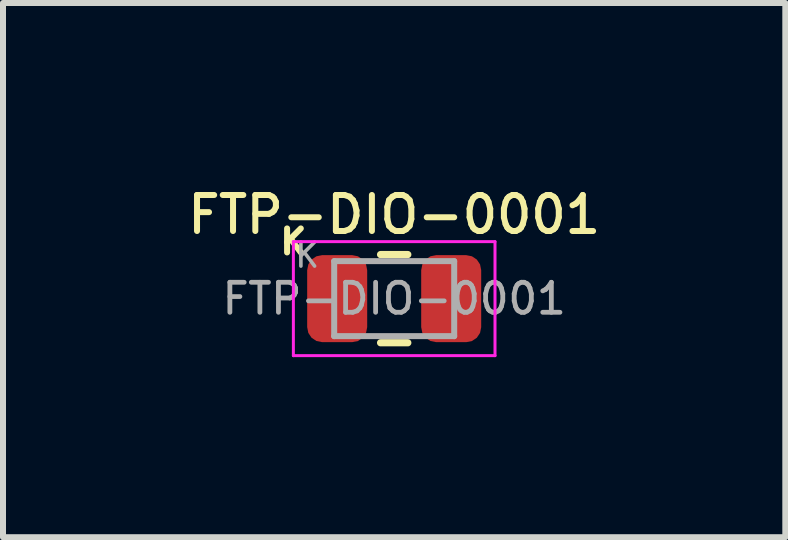
<source format=kicad_pcb>
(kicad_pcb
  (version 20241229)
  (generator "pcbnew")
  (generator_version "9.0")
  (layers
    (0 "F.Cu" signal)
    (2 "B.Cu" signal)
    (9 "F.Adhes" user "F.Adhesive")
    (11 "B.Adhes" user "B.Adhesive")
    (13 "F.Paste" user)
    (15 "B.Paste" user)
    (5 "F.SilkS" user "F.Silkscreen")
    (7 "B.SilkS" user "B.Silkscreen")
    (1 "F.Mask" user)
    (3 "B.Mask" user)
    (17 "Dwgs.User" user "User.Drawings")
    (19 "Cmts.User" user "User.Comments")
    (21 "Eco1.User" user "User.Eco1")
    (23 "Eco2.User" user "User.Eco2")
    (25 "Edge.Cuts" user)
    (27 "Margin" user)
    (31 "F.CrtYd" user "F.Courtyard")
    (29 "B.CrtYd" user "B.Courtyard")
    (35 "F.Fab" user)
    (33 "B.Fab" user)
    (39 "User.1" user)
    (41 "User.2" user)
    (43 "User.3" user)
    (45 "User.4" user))
  (footprint "FTP-DIO-0001"
    (layer "F.Cu")
    (at 3.519 1.927)
    (property "Reference" "FTP-DIO-0001" (at 0 -1.4 0) (layer "F.SilkS") (effects (font (size 0.6 0.6) (thickness 0.1) (bold yes))))
    (attr smd)
    (fp_line (start -0.227 -0.735) (end 0.227 -0.735) (stroke (width 0.12) (type solid)) (layer "F.SilkS"))
    (fp_line (start -0.227 0.735) (end 0.227 0.735) (stroke (width 0.12) (type solid)) (layer "F.SilkS"))
    (fp_line (start -1.68 -0.95) (end 1.68 -0.95) (stroke (width 0.05) (type solid)) (layer "F.CrtYd"))
    (fp_line (start -1.68 0.95) (end -1.68 -0.95) (stroke (width 0.05) (type solid)) (layer "F.CrtYd"))
    (fp_line (start 1.68 -0.95) (end 1.68 0.95) (stroke (width 0.05) (type solid)) (layer "F.CrtYd"))
    (fp_line (start 1.68 0.95) (end -1.68 0.95) (stroke (width 0.05) (type solid)) (layer "F.CrtYd"))
    (fp_line (start -1 -0.625) (end 1 -0.625) (stroke (width 0.1) (type solid)) (layer "F.Fab"))
    (fp_line (start -1 0.625) (end -1 -0.625) (stroke (width 0.1) (type solid)) (layer "F.Fab"))
    (fp_line (start 1 -0.625) (end 1 0.625) (stroke (width 0.1) (type solid)) (layer "F.Fab"))
    (fp_line (start 1 0.625) (end -1 0.625) (stroke (width 0.1) (type solid)) (layer "F.Fab"))
    (fp_text user "K" (at -1.68 -0.95 0) (unlocked yes) (layer "F.SilkS") (effects (font (size 0.4 0.4) (thickness 0.1) (bold yes))))
    (fp_text user "${REFERENCE}" (at 0 0 0) (layer "F.Fab") (effects (font (size 0.5 0.5) (thickness 0.08))))
    (fp_text user "K" (at -1.45 -0.725 0) (layer "F.Fab") (effects (font (size 0.4 0.4) (thickness 0.06))))
    (pad "1" smd roundrect (at -0.95 0) (size 1 1.45) (layers "F.Cu" "F.Mask" "F.Paste") (roundrect_rratio 0.25))
    (pad "2" smd roundrect (at 0.95 0) (size 1 1.45) (layers "F.Cu" "F.Mask" "F.Paste") (roundrect_rratio 0.25)))
  (gr_rect
    (start -3 -3)
    (end 10.037 5.902)
    (stroke (width 0.1) (type default))
    (fill no)
    (layer "Edge.Cuts")))
</source>
